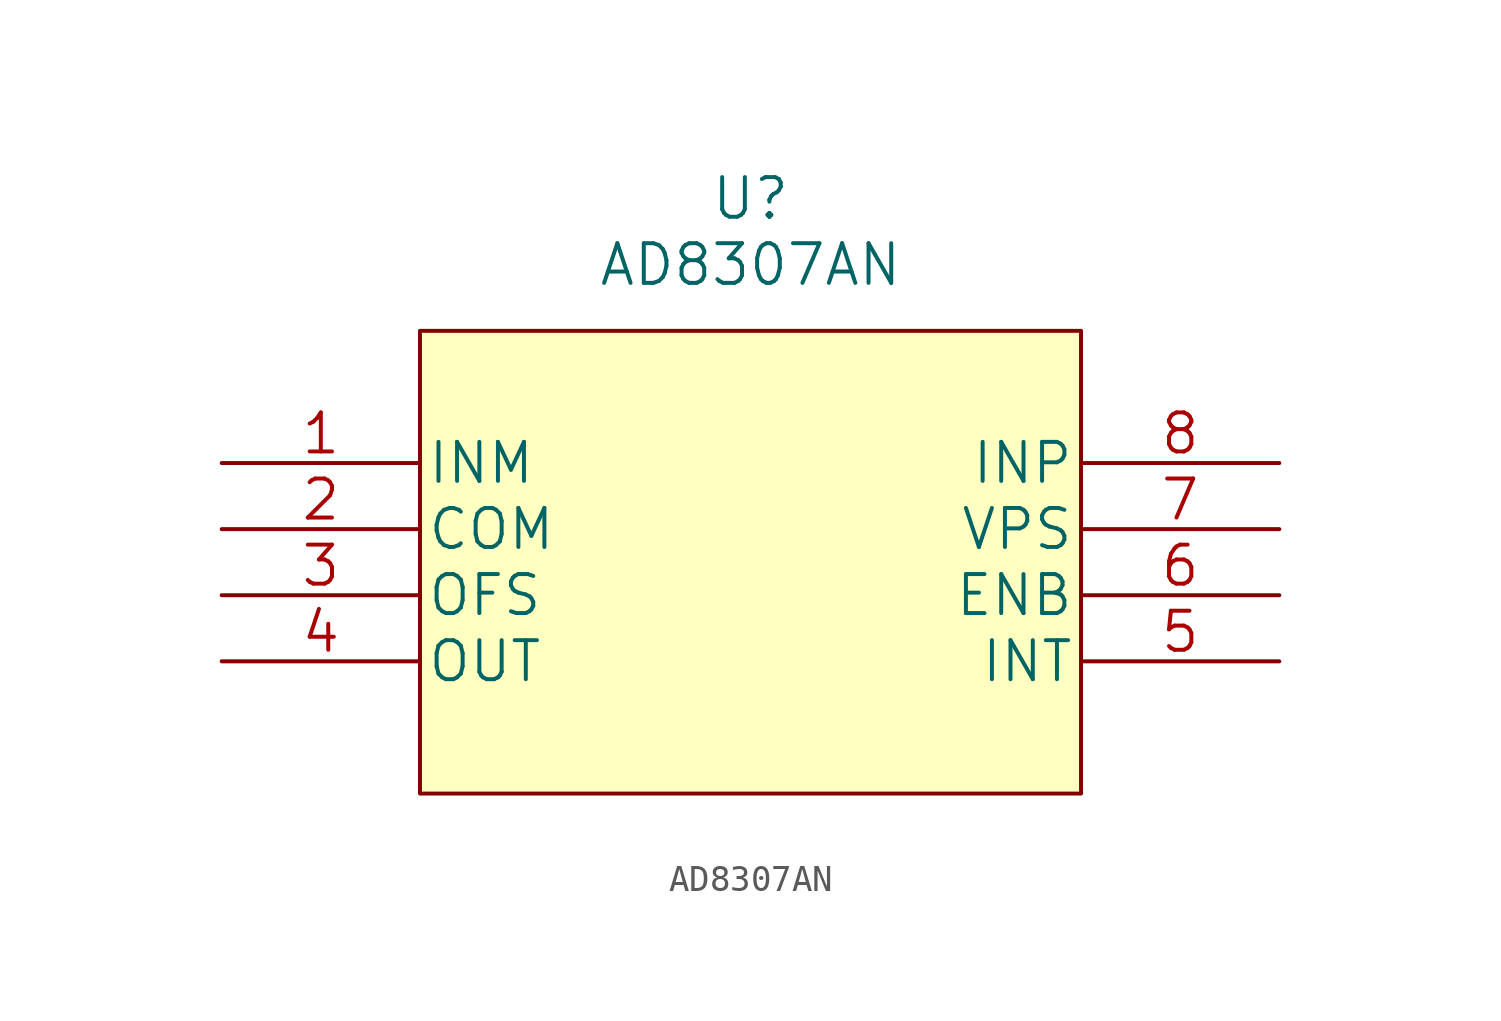
<source format=kicad_sym>
(kicad_symbol_lib
  (version 20220914)
  (generator kicad_symbol_editor)
  (symbol "AD8307AN"
    (pin_names
      (offset 0.254))
    (property "Reference" "U"
      (at 20.32 10.16 0)
      (effects (font (size 1.524 1.524))))
    (property "Value" "AD8307AN"
      (at 20.32 7.62 0)
      (effects (font (size 1.524 1.524))))
    (property "Datasheet" ""
      (at 0 0 0)
      (effects (font (size 1.524 1.524))))
    (property "ki_locked" ""
      (at 0 0 0)
      (effects (font (size 1.27 1.27))))
    (symbol "AD8307AN_0_1"
      (rectangle (start 7.62 5.08) (end 33.02 -12.7) (stroke (width 0) (type default)) (fill (type background))))
    (symbol "AD8307AN_1_1"
      (pin passive line (at 0 0 0) (length 7.62) (name "INM" (effects (font (size 1.499 1.499)))) (number "1" (effects (font (size 1.499 1.499)))))
      (pin passive line (at 0 -2.54 0) (length 7.62) (name "COM" (effects (font (size 1.499 1.499)))) (number "2" (effects (font (size 1.499 1.499)))))
      (pin passive line (at 0 -5.08 0) (length 7.62) (name "OFS" (effects (font (size 1.499 1.499)))) (number "3" (effects (font (size 1.499 1.499)))))
      (pin passive line (at 0 -7.62 0) (length 7.62) (name "OUT" (effects (font (size 1.499 1.499)))) (number "4" (effects (font (size 1.499 1.499)))))
      (pin passive line (at 40.64 -7.62 180) (length 7.62) (name "INT" (effects (font (size 1.499 1.499)))) (number "5" (effects (font (size 1.499 1.499)))))
      (pin passive line (at 40.64 -5.08 180) (length 7.62) (name "ENB" (effects (font (size 1.499 1.499)))) (number "6" (effects (font (size 1.499 1.499)))))
      (pin power_in line (at 40.64 -2.54 180) (length 7.62) (name "VPS" (effects (font (size 1.499 1.499)))) (number "7" (effects (font (size 1.499 1.499)))))
      (pin passive line (at 40.64 0 180) (length 7.62) (name "INP" (effects (font (size 1.499 1.499)))) (number "8" (effects (font (size 1.499 1.499))))))))
</source>
